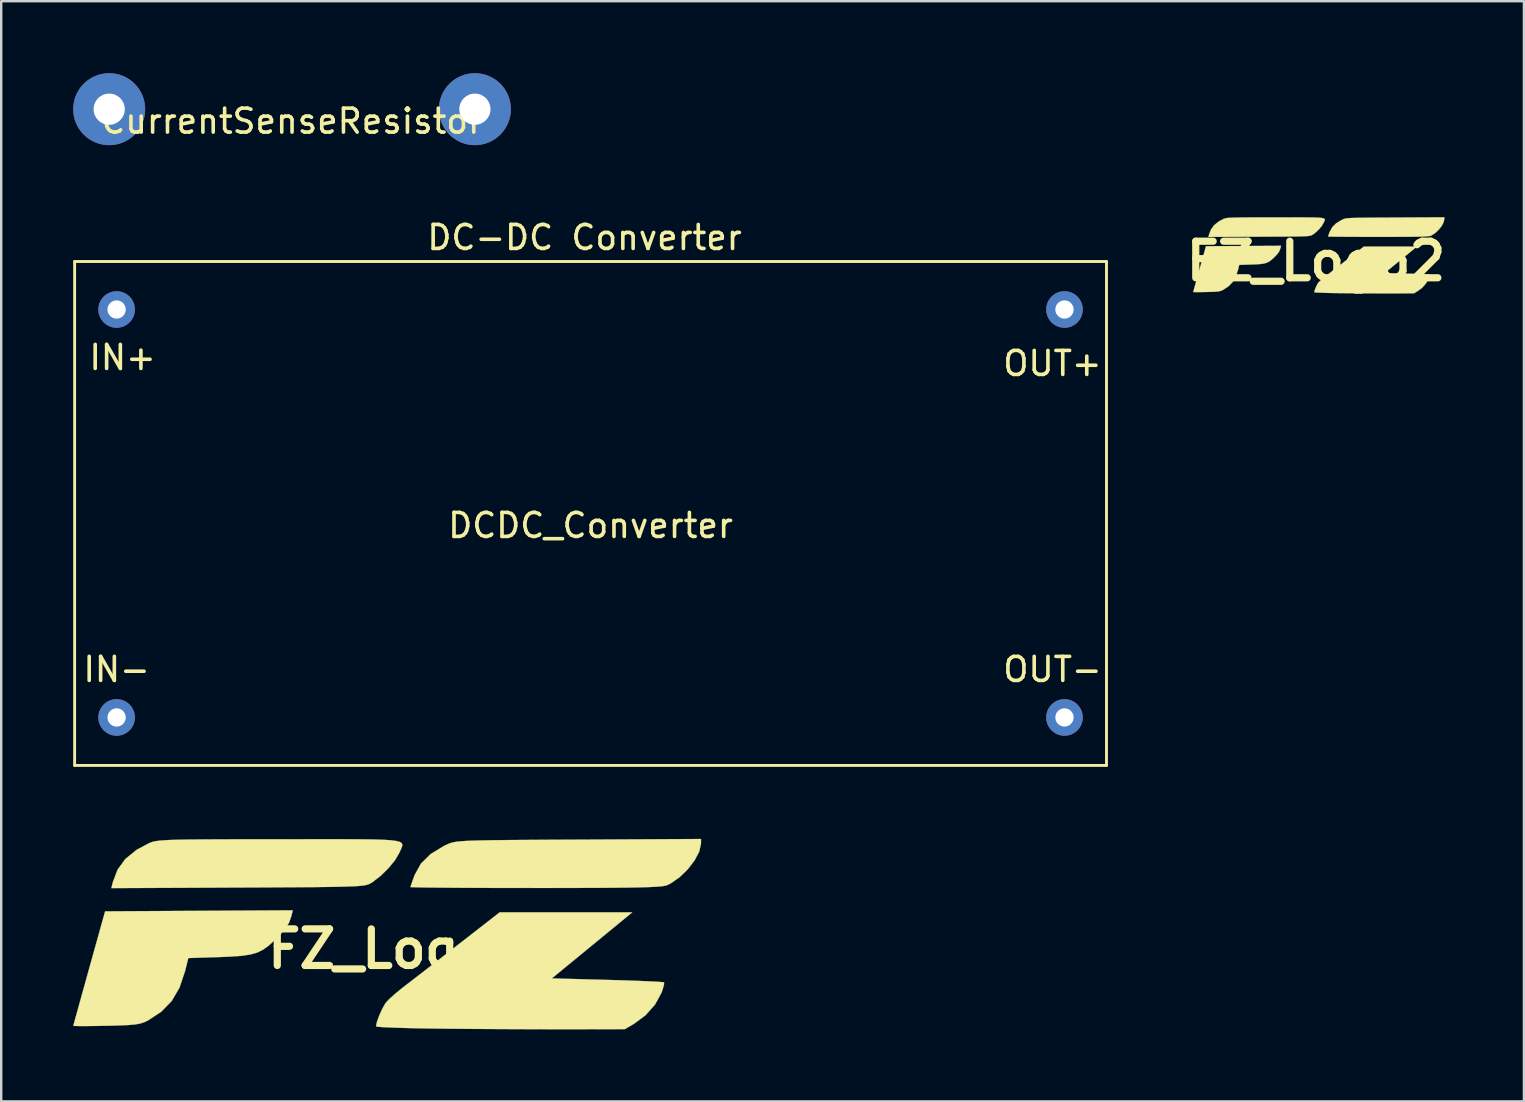
<source format=kicad_pcb>
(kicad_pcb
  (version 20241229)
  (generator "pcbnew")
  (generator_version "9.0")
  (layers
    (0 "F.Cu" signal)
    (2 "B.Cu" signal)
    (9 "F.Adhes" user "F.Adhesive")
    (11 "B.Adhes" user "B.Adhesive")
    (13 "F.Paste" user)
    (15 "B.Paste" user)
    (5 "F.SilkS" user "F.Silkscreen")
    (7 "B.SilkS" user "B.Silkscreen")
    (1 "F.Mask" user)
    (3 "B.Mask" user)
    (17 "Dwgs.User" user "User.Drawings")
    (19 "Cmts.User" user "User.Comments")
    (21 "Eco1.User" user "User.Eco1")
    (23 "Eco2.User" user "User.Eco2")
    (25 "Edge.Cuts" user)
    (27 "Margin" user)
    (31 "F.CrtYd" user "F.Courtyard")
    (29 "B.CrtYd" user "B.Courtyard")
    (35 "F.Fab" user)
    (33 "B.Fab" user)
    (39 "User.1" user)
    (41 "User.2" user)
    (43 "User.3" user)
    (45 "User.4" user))
  (footprint "DCDC_Converter"
    (layer "F.Cu")
    (at 21.56 18.348)
    (property "Reference" "DCDC_Converter" (at 0 0.5 0) (layer "F.SilkS") (effects (font (size 1 1) (thickness 0.15))))
    (attr through_hole)
    (fp_line (start -21.5 -10.5) (end -21.5 10.5) (stroke (width 0.12) (type solid)) (layer "F.SilkS"))
    (fp_line (start -21.5 10.5) (end 21.5 10.5) (stroke (width 0.12) (type solid)) (layer "F.SilkS"))
    (fp_line (start 21.5 -10.5) (end -21.5 -10.5) (stroke (width 0.12) (type solid)) (layer "F.SilkS"))
    (fp_line (start 21.5 10.5) (end 21.5 -10.5) (stroke (width 0.12) (type solid)) (layer "F.SilkS"))
    (fp_text user "IN+" (at -19.5 -6.5 0) (layer "F.SilkS") (effects (font (size 1 1) (thickness 0.15))))
    (fp_text user "DC-DC Converter" (at -0.25 -11.5 0) (layer "F.SilkS") (effects (font (size 1 1) (thickness 0.15))))
    (fp_text user "OUT+" (at 19.25 -6.25 0) (layer "F.SilkS") (effects (font (size 1 1) (thickness 0.15))))
    (fp_text user "IN-" (at -19.75 6.5 0) (layer "F.SilkS") (effects (font (size 1 1) (thickness 0.15))))
    (fp_text user "OUT-" (at 19.25 6.5 0) (layer "F.SilkS") (effects (font (size 1 1) (thickness 0.15))))
    (pad "1" thru_hole circle (at 19.75 -8.5) (size 1.524 1.524) (drill 0.762) (layers "*.Cu" "*.Mask"))
    (pad "2" thru_hole circle (at 19.75 8.5) (size 1.524 1.524) (drill 0.762) (layers "*.Cu" "*.Mask"))
    (pad "3" thru_hole circle (at -19.75 8.5) (size 1.524 1.524) (drill 0.762) (layers "*.Cu" "*.Mask"))
    (pad "4" thru_hole circle (at -19.75 -8.5) (size 1.524 1.524) (drill 0.762) (layers "*.Cu" "*.Mask")))
  (footprint "CurrentSenseResistor"
    (layer "F.Cu")
    (at 9.12 1.5)
    (property "Reference" "CurrentSenseResistor" (at 0 0.5 0) (layer "F.SilkS") (effects (font (size 1 1) (thickness 0.15))))
    (attr through_hole)
    (pad "1" thru_hole circle (at 7.62 0) (size 3 3) (drill 1.3) (layers "*.Cu" "*.Mask"))
    (pad "2" thru_hole circle (at -7.62 0) (size 3 3) (drill 1.3) (layers "*.Cu" "*.Mask")))
  (footprint "FZ_Logo"
    (layer "F.Cu")
    (at 12.787 36.494)
    (property "Reference" "FZ_Logo" (at 0 0 0) (layer "F.SilkS") (effects (font (size 1.524 1.524) (thickness 0.3))))
    (attr through_hole)
    (fp_poly (pts (xy -3.691 -1.377) (xy -3.793 -1.09) (xy -3.975 -0.806) (xy -4.268 -0.483) (xy -4.341 -0.411) (xy -4.611 -0.162) (xy -4.856 0.021) (xy -5.112 0.15) (xy -5.412 0.236) (xy -5.791 0.29) (xy -6.282 0.323) (xy -6.683 0.339) (xy -7.99 0.381) (xy -8.127 0.931) (xy -8.356 1.613) (xy -8.679 2.166) (xy -9.113 2.615) (xy -9.669 2.98) (xy -9.822 3.053) (xy -9.983 3.107) (xy -10.182 3.144) (xy -10.452 3.17) (xy -10.824 3.187) (xy -11.329 3.201) (xy -11.409 3.202) (xy -11.87 3.211) (xy -12.265 3.215) (xy -12.565 3.214) (xy -12.744 3.209) (xy -12.782 3.203) (xy -12.759 3.118) (xy -12.697 2.89) (xy -12.6 2.54) (xy -12.475 2.088) (xy -12.327 1.556) (xy -12.162 0.963) (xy -12.118 0.804) (xy -11.457 -1.566) (xy -7.547 -1.588) (xy -3.637 -1.61) (xy -3.691 -1.377)) (stroke (width 0.01) (type solid)) (fill yes) (layer "F.SilkS"))
    (fp_poly (pts (xy 8.835 -0.148) (xy 7.159 1.228) (xy 9.477 1.291) (xy 10.087 1.308) (xy 10.639 1.327) (xy 11.112 1.346) (xy 11.484 1.364) (xy 11.733 1.38) (xy 11.836 1.394) (xy 11.837 1.394) (xy 11.833 1.49) (xy 11.777 1.689) (xy 11.727 1.831) (xy 11.461 2.318) (xy 11.066 2.763) (xy 10.59 3.116) (xy 10.202 3.344) (xy 8.086 3.348) (xy 7.465 3.348) (xy 6.716 3.347) (xy 5.88 3.344) (xy 4.996 3.34) (xy 4.107 3.335) (xy 3.252 3.329) (xy 2.9 3.326) (xy 2.198 3.318) (xy 1.552 3.307) (xy 0.982 3.293) (xy 0.506 3.278) (xy 0.143 3.262) (xy -0.089 3.244) (xy -0.169 3.227) (xy -0.131 3.045) (xy -0.036 2.782) (xy 0.089 2.504) (xy 0.216 2.278) (xy 0.252 2.227) (xy 0.397 2.077) (xy 0.635 1.865) (xy 0.924 1.628) (xy 1.037 1.541) (xy 1.281 1.353) (xy 1.631 1.083) (xy 2.059 0.752) (xy 2.537 0.381) (xy 3.037 -0.008) (xy 3.318 -0.226) (xy 4.985 -1.524) (xy 10.51 -1.524) (xy 8.835 -0.148)) (stroke (width 0.01) (type solid)) (fill yes) (layer "F.SilkS"))
    (fp_poly (pts (xy 13.375 -4.386) (xy 13.302 -4.057) (xy 13.109 -3.689) (xy 12.826 -3.32) (xy 12.485 -2.989) (xy 12.116 -2.732) (xy 11.962 -2.656) (xy 11.876 -2.631) (xy 11.734 -2.61) (xy 11.524 -2.592) (xy 11.235 -2.578) (xy 10.855 -2.566) (xy 10.372 -2.557) (xy 9.774 -2.55) (xy 9.05 -2.545) (xy 8.187 -2.542) (xy 7.174 -2.54) (xy 6.48 -2.54) (xy 5.558 -2.541) (xy 4.688 -2.542) (xy 3.885 -2.545) (xy 3.162 -2.549) (xy 2.535 -2.554) (xy 2.018 -2.559) (xy 1.626 -2.565) (xy 1.372 -2.571) (xy 1.271 -2.578) (xy 1.27 -2.579) (xy 1.297 -2.673) (xy 1.368 -2.877) (xy 1.445 -3.086) (xy 1.704 -3.554) (xy 2.108 -3.954) (xy 2.665 -4.293) (xy 2.758 -4.338) (xy 2.847 -4.377) (xy 2.935 -4.411) (xy 3.037 -4.44) (xy 3.166 -4.464) (xy 3.335 -4.483) (xy 3.56 -4.499) (xy 3.852 -4.512) (xy 4.225 -4.522) (xy 4.694 -4.53) (xy 5.272 -4.537) (xy 5.973 -4.542) (xy 6.809 -4.548) (xy 7.796 -4.553) (xy 8.276 -4.555) (xy 13.377 -4.581) (xy 13.375 -4.386)) (stroke (width 0.01) (type solid)) (fill yes) (layer "F.SilkS"))
    (fp_poly (pts (xy -1.411 -4.571) (xy -0.774 -4.568) (xy -0.26 -4.561) (xy 0.145 -4.548) (xy 0.451 -4.528) (xy 0.671 -4.5) (xy 0.816 -4.462) (xy 0.898 -4.414) (xy 0.93 -4.353) (xy 0.922 -4.278) (xy 0.888 -4.189) (xy 0.838 -4.083) (xy 0.8 -3.998) (xy 0.625 -3.698) (xy 0.35 -3.363) (xy 0.021 -3.041) (xy -0.315 -2.783) (xy -0.339 -2.768) (xy -0.401 -2.73) (xy -0.468 -2.698) (xy -0.552 -2.67) (xy -0.666 -2.647) (xy -0.823 -2.628) (xy -1.037 -2.613) (xy -1.32 -2.601) (xy -1.686 -2.591) (xy -2.147 -2.583) (xy -2.717 -2.576) (xy -3.409 -2.571) (xy -4.235 -2.566) (xy -5.209 -2.561) (xy -5.915 -2.558) (xy -11.196 -2.534) (xy -11.139 -2.77) (xy -10.939 -3.302) (xy -10.611 -3.751) (xy -10.144 -4.129) (xy -9.635 -4.403) (xy -9.553 -4.437) (xy -9.462 -4.467) (xy -9.347 -4.491) (xy -9.196 -4.511) (xy -8.995 -4.528) (xy -8.729 -4.541) (xy -8.387 -4.551) (xy -7.954 -4.558) (xy -7.417 -4.563) (xy -6.761 -4.567) (xy -5.975 -4.569) (xy -5.044 -4.57) (xy -4.17 -4.57) (xy -3.097 -4.571) (xy -2.181 -4.572) (xy -1.411 -4.571)) (stroke (width 0.01) (type solid)) (fill yes) (layer "F.SilkS")))
  (footprint "FZ_Logo2"
    (layer "F.Cu")
    (at 51.788 7.837)
    (property "Reference" "FZ_Logo2" (at 0 0 0) (layer "F.SilkS") (effects (font (size 1.524 1.524) (thickness 0.3))))
    (attr through_hole)
    (fp_poly (pts (xy -1.476 -0.551) (xy -1.517 -0.436) (xy -1.59 -0.322) (xy -1.707 -0.193) (xy -1.737 -0.164) (xy -1.844 -0.065) (xy -1.943 0.008) (xy -2.045 0.06) (xy -2.165 0.095) (xy -2.316 0.116) (xy -2.513 0.129) (xy -2.673 0.135) (xy -3.196 0.152) (xy -3.251 0.373) (xy -3.342 0.645) (xy -3.472 0.867) (xy -3.645 1.046) (xy -3.868 1.192) (xy -3.929 1.221) (xy -3.993 1.243) (xy -4.073 1.258) (xy -4.181 1.268) (xy -4.33 1.275) (xy -4.532 1.28) (xy -4.564 1.281) (xy -4.748 1.284) (xy -4.906 1.286) (xy -5.026 1.286) (xy -5.098 1.284) (xy -5.113 1.281) (xy -5.104 1.247) (xy -5.079 1.156) (xy -5.04 1.016) (xy -4.99 0.835) (xy -4.931 0.622) (xy -4.865 0.385) (xy -4.847 0.322) (xy -4.583 -0.627) (xy -3.019 -0.635) (xy -1.455 -0.644) (xy -1.476 -0.551)) (stroke (width 0.01) (type solid)) (fill yes) (layer "F.SilkS"))
    (fp_poly (pts (xy 3.534 -0.059) (xy 2.864 0.491) (xy 3.791 0.516) (xy 4.035 0.523) (xy 4.256 0.531) (xy 4.445 0.539) (xy 4.594 0.546) (xy 4.693 0.552) (xy 4.734 0.557) (xy 4.735 0.558) (xy 4.733 0.596) (xy 4.711 0.676) (xy 4.691 0.733) (xy 4.584 0.927) (xy 4.426 1.105) (xy 4.236 1.246) (xy 4.081 1.338) (xy 3.234 1.339) (xy 2.986 1.339) (xy 2.687 1.339) (xy 2.352 1.338) (xy 1.999 1.336) (xy 1.643 1.334) (xy 1.301 1.331) (xy 1.16 1.33) (xy 0.879 1.327) (xy 0.621 1.323) (xy 0.393 1.317) (xy 0.202 1.311) (xy 0.057 1.305) (xy -0.035 1.298) (xy -0.068 1.291) (xy -0.053 1.218) (xy -0.014 1.113) (xy 0.036 1.002) (xy 0.086 0.911) (xy 0.101 0.891) (xy 0.159 0.831) (xy 0.254 0.746) (xy 0.37 0.651) (xy 0.415 0.616) (xy 0.512 0.541) (xy 0.652 0.433) (xy 0.824 0.301) (xy 1.015 0.152) (xy 1.215 -0.003) (xy 1.327 -0.09) (xy 1.994 -0.61) (xy 4.204 -0.61) (xy 3.534 -0.059)) (stroke (width 0.01) (type solid)) (fill yes) (layer "F.SilkS"))
    (fp_poly (pts (xy 5.35 -1.754) (xy 5.321 -1.623) (xy 5.244 -1.476) (xy 5.13 -1.328) (xy 4.994 -1.195) (xy 4.847 -1.093) (xy 4.785 -1.062) (xy 4.75 -1.052) (xy 4.693 -1.044) (xy 4.61 -1.037) (xy 4.494 -1.031) (xy 4.342 -1.026) (xy 4.149 -1.023) (xy 3.91 -1.02) (xy 3.62 -1.018) (xy 3.275 -1.017) (xy 2.87 -1.016) (xy 2.592 -1.016) (xy 2.223 -1.016) (xy 1.875 -1.017) (xy 1.554 -1.018) (xy 1.265 -1.02) (xy 1.014 -1.021) (xy 0.807 -1.024) (xy 0.65 -1.026) (xy 0.549 -1.029) (xy 0.508 -1.031) (xy 0.508 -1.032) (xy 0.519 -1.069) (xy 0.547 -1.151) (xy 0.578 -1.234) (xy 0.682 -1.421) (xy 0.843 -1.581) (xy 1.066 -1.717) (xy 1.103 -1.735) (xy 1.139 -1.751) (xy 1.174 -1.764) (xy 1.215 -1.776) (xy 1.266 -1.785) (xy 1.334 -1.793) (xy 1.424 -1.8) (xy 1.541 -1.805) (xy 1.69 -1.809) (xy 1.878 -1.812) (xy 2.109 -1.815) (xy 2.389 -1.817) (xy 2.724 -1.819) (xy 3.118 -1.821) (xy 3.31 -1.822) (xy 5.351 -1.832) (xy 5.35 -1.754)) (stroke (width 0.01) (type solid)) (fill yes) (layer "F.SilkS"))
    (fp_poly (pts (xy -0.564 -1.829) (xy -0.31 -1.827) (xy -0.104 -1.824) (xy 0.058 -1.819) (xy 0.18 -1.811) (xy 0.268 -1.8) (xy 0.326 -1.785) (xy 0.359 -1.765) (xy 0.372 -1.741) (xy 0.369 -1.711) (xy 0.355 -1.676) (xy 0.335 -1.633) (xy 0.32 -1.599) (xy 0.25 -1.479) (xy 0.14 -1.345) (xy 0.008 -1.216) (xy -0.126 -1.113) (xy -0.135 -1.107) (xy -0.161 -1.092) (xy -0.187 -1.079) (xy -0.221 -1.068) (xy -0.266 -1.059) (xy -0.329 -1.051) (xy -0.415 -1.045) (xy -0.528 -1.04) (xy -0.674 -1.036) (xy -0.859 -1.033) (xy -1.087 -1.031) (xy -1.363 -1.028) (xy -1.694 -1.026) (xy -2.084 -1.025) (xy -2.366 -1.023) (xy -4.478 -1.014) (xy -4.455 -1.108) (xy -4.375 -1.321) (xy -4.245 -1.5) (xy -4.058 -1.652) (xy -3.854 -1.761) (xy -3.821 -1.775) (xy -3.785 -1.787) (xy -3.739 -1.796) (xy -3.678 -1.805) (xy -3.598 -1.811) (xy -3.492 -1.816) (xy -3.355 -1.82) (xy -3.182 -1.823) (xy -2.967 -1.825) (xy -2.705 -1.827) (xy -2.39 -1.827) (xy -2.018 -1.828) (xy -1.668 -1.828) (xy -1.239 -1.828) (xy -0.872 -1.829) (xy -0.564 -1.829)) (stroke (width 0.01) (type solid)) (fill yes) (layer "F.SilkS")))
  (gr_rect
    (start -3 -3)
    (end 60.456 42.847)
    (stroke (width 0.1) (type default))
    (fill no)
    (layer "Edge.Cuts")))
</source>
